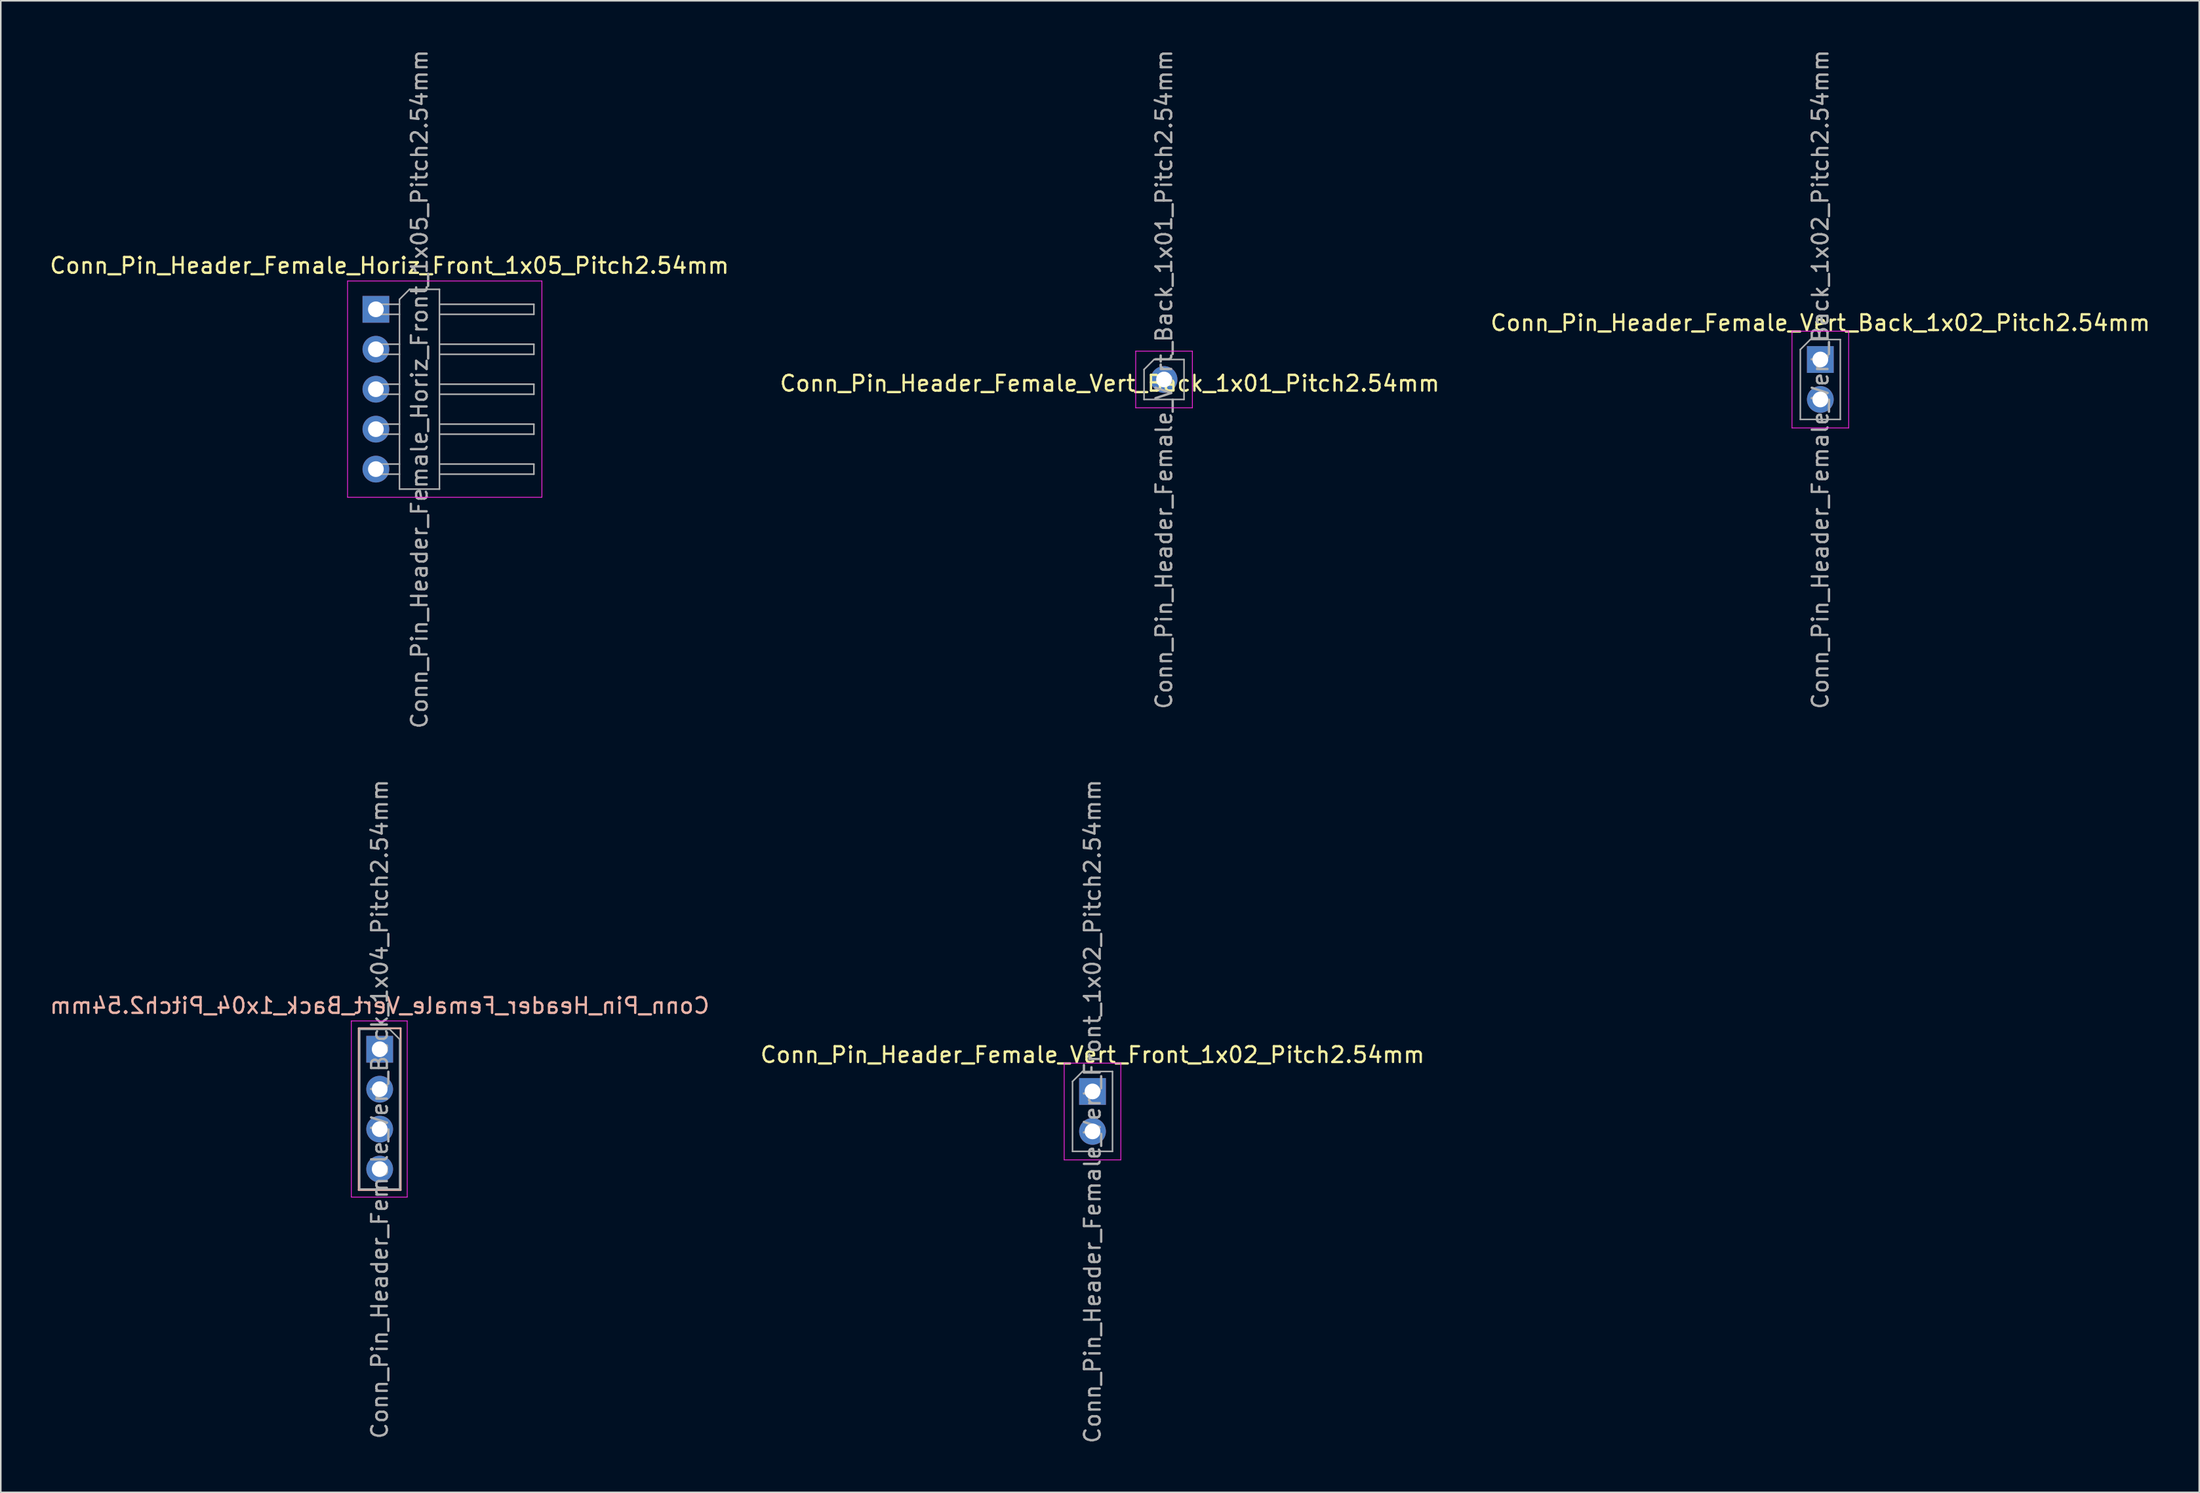
<source format=kicad_pcb>
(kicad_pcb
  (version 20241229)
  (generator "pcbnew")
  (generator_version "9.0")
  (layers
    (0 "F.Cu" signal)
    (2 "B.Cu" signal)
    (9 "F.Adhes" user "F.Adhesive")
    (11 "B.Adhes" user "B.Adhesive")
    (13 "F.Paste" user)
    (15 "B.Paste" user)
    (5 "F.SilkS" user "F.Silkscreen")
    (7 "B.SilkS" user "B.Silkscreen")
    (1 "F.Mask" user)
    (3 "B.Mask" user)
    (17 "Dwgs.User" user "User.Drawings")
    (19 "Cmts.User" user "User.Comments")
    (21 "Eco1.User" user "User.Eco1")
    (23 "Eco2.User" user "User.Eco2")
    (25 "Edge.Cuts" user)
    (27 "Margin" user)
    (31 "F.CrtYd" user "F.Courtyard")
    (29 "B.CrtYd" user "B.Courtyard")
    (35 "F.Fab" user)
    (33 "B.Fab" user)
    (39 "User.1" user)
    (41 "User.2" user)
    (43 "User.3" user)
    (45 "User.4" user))
  (footprint "Conn_Pin_Header_Female_Vert_Back_1x02_Pitch2.54mm"
    (layer "F.Cu")
    (at 112.625 19.807)
    (property "Reference" "Conn_Pin_Header_Female_Vert_Back_1x02_Pitch2.54mm" (at 0 -2.33 0) (layer "F.SilkS") (effects (font (size 1 1) (thickness 0.15))))
    (attr through_hole)
    (fp_line (start -1.8 -1.8) (end -1.8 4.35) (stroke (width 0.05) (type solid)) (layer "F.CrtYd"))
    (fp_line (start -1.8 4.35) (end 1.8 4.35) (stroke (width 0.05) (type solid)) (layer "F.CrtYd"))
    (fp_line (start 1.8 -1.8) (end -1.8 -1.8) (stroke (width 0.05) (type solid)) (layer "F.CrtYd"))
    (fp_line (start 1.8 4.35) (end 1.8 -1.8) (stroke (width 0.05) (type solid)) (layer "F.CrtYd"))
    (fp_line (start -1.27 -0.635) (end -0.635 -1.27) (stroke (width 0.1) (type solid)) (layer "F.Fab"))
    (fp_line (start -1.27 3.81) (end -1.27 -0.635) (stroke (width 0.1) (type solid)) (layer "F.Fab"))
    (fp_line (start -0.635 -1.27) (end 1.27 -1.27) (stroke (width 0.1) (type solid)) (layer "F.Fab"))
    (fp_line (start 1.27 -1.27) (end 1.27 3.81) (stroke (width 0.1) (type solid)) (layer "F.Fab"))
    (fp_line (start 1.27 3.81) (end -1.27 3.81) (stroke (width 0.1) (type solid)) (layer "F.Fab"))
    (fp_text user "${REFERENCE}" (at 0 1.27 90) (layer "F.Fab") (effects (font (size 1 1) (thickness 0.15))))
    (pad "1" thru_hole rect (at 0 0) (size 1.7 1.7) (drill 1) (layers "*.Cu" "*.Mask"))
    (pad "2" thru_hole oval (at 0 2.54) (size 1.7 1.7) (drill 1) (layers "*.Cu" "*.Mask")))
  (footprint "Conn_Pin_Header_Female_Vert_Front_1x02_Pitch2.54mm"
    (layer "F.Cu")
    (at 66.375 66.343)
    (property "Reference" "Conn_Pin_Header_Female_Vert_Front_1x02_Pitch2.54mm" (at 0 -2.33 0) (layer "F.SilkS") (effects (font (size 1 1) (thickness 0.15))))
    (attr through_hole)
    (fp_line (start -1.8 -1.8) (end -1.8 4.35) (stroke (width 0.05) (type solid)) (layer "F.CrtYd"))
    (fp_line (start -1.8 4.35) (end 1.8 4.35) (stroke (width 0.05) (type solid)) (layer "F.CrtYd"))
    (fp_line (start 1.8 -1.8) (end -1.8 -1.8) (stroke (width 0.05) (type solid)) (layer "F.CrtYd"))
    (fp_line (start 1.8 4.35) (end 1.8 -1.8) (stroke (width 0.05) (type solid)) (layer "F.CrtYd"))
    (fp_line (start -1.27 -0.635) (end -0.635 -1.27) (stroke (width 0.1) (type solid)) (layer "F.Fab"))
    (fp_line (start -1.27 3.81) (end -1.27 -0.635) (stroke (width 0.1) (type solid)) (layer "F.Fab"))
    (fp_line (start -0.635 -1.27) (end 1.27 -1.27) (stroke (width 0.1) (type solid)) (layer "F.Fab"))
    (fp_line (start 1.27 -1.27) (end 1.27 3.81) (stroke (width 0.1) (type solid)) (layer "F.Fab"))
    (fp_line (start 1.27 3.81) (end -1.27 3.81) (stroke (width 0.1) (type solid)) (layer "F.Fab"))
    (fp_text user "${REFERENCE}" (at 0 1.27 90) (layer "F.Fab") (effects (font (size 1 1) (thickness 0.15))))
    (pad "1" thru_hole rect (at 0 0) (size 1.7 1.7) (drill 1) (layers "*.Cu" "*.Mask"))
    (pad "2" thru_hole oval (at 0 2.54) (size 1.7 1.7) (drill 1) (layers "*.Cu" "*.Mask")))
  (footprint "Conn_Pin_Header_Female_Vert_Back_1x04_Pitch2.54mm"
    (layer "F.Cu")
    (at 21.077 63.66)
    (property "Reference" "Conn_Pin_Header_Female_Vert_Back_1x04_Pitch2.54mm" (at 0 -2.77 0) (layer "B.SilkS") (effects (font (size 1 1) (thickness 0.15)) (justify mirror)))
    (attr through_hole)
    (fp_line (start -1.33 -1.33) (end -1.33 8.95) (stroke (width 0.12) (type solid)) (layer "B.SilkS"))
    (fp_line (start -1.33 -1.33) (end 1.33 -1.33) (stroke (width 0.12) (type solid)) (layer "B.SilkS"))
    (fp_line (start -1.33 8.95) (end 1.33 8.95) (stroke (width 0.12) (type solid)) (layer "B.SilkS"))
    (fp_line (start 1.33 -1.33) (end 1.33 8.95) (stroke (width 0.12) (type solid)) (layer "B.SilkS"))
    (fp_line (start -1.8 -1.8) (end 1.75 -1.8) (stroke (width 0.05) (type solid)) (layer "F.CrtYd"))
    (fp_line (start -1.8 9.4) (end -1.8 -1.8) (stroke (width 0.05) (type solid)) (layer "F.CrtYd"))
    (fp_line (start 1.75 -1.8) (end 1.75 9.4) (stroke (width 0.05) (type solid)) (layer "F.CrtYd"))
    (fp_line (start 1.75 9.4) (end -1.8 9.4) (stroke (width 0.05) (type solid)) (layer "F.CrtYd"))
    (fp_line (start -1.27 -1.27) (end 0.635 -1.27) (stroke (width 0.1) (type solid)) (layer "F.Fab"))
    (fp_line (start -1.27 8.89) (end -1.27 -1.27) (stroke (width 0.1) (type solid)) (layer "F.Fab"))
    (fp_line (start 0.635 -1.27) (end 1.27 -0.635) (stroke (width 0.1) (type solid)) (layer "F.Fab"))
    (fp_line (start 1.27 -0.635) (end 1.27 8.89) (stroke (width 0.1) (type solid)) (layer "F.Fab"))
    (fp_line (start 1.27 8.89) (end -1.27 8.89) (stroke (width 0.1) (type solid)) (layer "F.Fab"))
    (fp_text user "${REFERENCE}" (at 0 3.81 90) (layer "F.Fab") (effects (font (size 1 1) (thickness 0.15))))
    (pad "1" thru_hole rect (at 0 0) (size 1.7 1.7) (drill 1) (layers "*.Cu" "*.Mask"))
    (pad "2" thru_hole oval (at 0 2.54) (size 1.7 1.7) (drill 1) (layers "*.Cu" "*.Mask"))
    (pad "3" thru_hole oval (at 0 5.08) (size 1.7 1.7) (drill 1) (layers "*.Cu" "*.Mask"))
    (pad "4" thru_hole oval (at 0 7.62) (size 1.7 1.7) (drill 1) (layers "*.Cu" "*.Mask")))
  (footprint "Conn_Pin_Header_Female_Horiz_Front_1x05_Pitch2.54mm"
    (layer "F.Cu")
    (at 20.836 16.616)
    (property "Reference" "Conn_Pin_Header_Female_Horiz_Front_1x05_Pitch2.54mm" (at 0.86 -2.78 0) (layer "F.SilkS") (effects (font (size 1 1) (thickness 0.15))))
    (attr through_hole)
    (fp_line (start -1.8 -1.8) (end -1.8 11.95) (stroke (width 0.05) (type solid)) (layer "F.CrtYd"))
    (fp_line (start -1.8 11.95) (end 10.55 11.95) (stroke (width 0.05) (type solid)) (layer "F.CrtYd"))
    (fp_line (start 10.55 -1.8) (end -1.8 -1.8) (stroke (width 0.05) (type solid)) (layer "F.CrtYd"))
    (fp_line (start 10.55 11.95) (end 10.55 -1.8) (stroke (width 0.05) (type solid)) (layer "F.CrtYd"))
    (fp_line (start -0.32 -0.32) (end -0.32 0.32) (stroke (width 0.1) (type solid)) (layer "F.Fab"))
    (fp_line (start -0.32 -0.32) (end 1.5 -0.32) (stroke (width 0.1) (type solid)) (layer "F.Fab"))
    (fp_line (start -0.32 0.32) (end 1.5 0.32) (stroke (width 0.1) (type solid)) (layer "F.Fab"))
    (fp_line (start -0.32 2.22) (end -0.32 2.86) (stroke (width 0.1) (type solid)) (layer "F.Fab"))
    (fp_line (start -0.32 2.22) (end 1.5 2.22) (stroke (width 0.1) (type solid)) (layer "F.Fab"))
    (fp_line (start -0.32 2.86) (end 1.5 2.86) (stroke (width 0.1) (type solid)) (layer "F.Fab"))
    (fp_line (start -0.32 4.76) (end -0.32 5.4) (stroke (width 0.1) (type solid)) (layer "F.Fab"))
    (fp_line (start -0.32 4.76) (end 1.5 4.76) (stroke (width 0.1) (type solid)) (layer "F.Fab"))
    (fp_line (start -0.32 5.4) (end 1.5 5.4) (stroke (width 0.1) (type solid)) (layer "F.Fab"))
    (fp_line (start -0.32 7.3) (end -0.32 7.94) (stroke (width 0.1) (type solid)) (layer "F.Fab"))
    (fp_line (start -0.32 7.3) (end 1.5 7.3) (stroke (width 0.1) (type solid)) (layer "F.Fab"))
    (fp_line (start -0.32 7.94) (end 1.5 7.94) (stroke (width 0.1) (type solid)) (layer "F.Fab"))
    (fp_line (start -0.32 9.84) (end -0.32 10.48) (stroke (width 0.1) (type solid)) (layer "F.Fab"))
    (fp_line (start -0.32 9.84) (end 1.5 9.84) (stroke (width 0.1) (type solid)) (layer "F.Fab"))
    (fp_line (start -0.32 10.48) (end 1.5 10.48) (stroke (width 0.1) (type solid)) (layer "F.Fab"))
    (fp_line (start 1.5 -0.635) (end 2.135 -1.27) (stroke (width 0.1) (type solid)) (layer "F.Fab"))
    (fp_line (start 1.5 11.43) (end 1.5 -0.635) (stroke (width 0.1) (type solid)) (layer "F.Fab"))
    (fp_line (start 2.135 -1.27) (end 4.04 -1.27) (stroke (width 0.1) (type solid)) (layer "F.Fab"))
    (fp_line (start 4.04 -1.27) (end 4.04 11.43) (stroke (width 0.1) (type solid)) (layer "F.Fab"))
    (fp_line (start 4.04 -0.32) (end 10.04 -0.32) (stroke (width 0.1) (type solid)) (layer "F.Fab"))
    (fp_line (start 4.04 0.32) (end 10.04 0.32) (stroke (width 0.1) (type solid)) (layer "F.Fab"))
    (fp_line (start 4.04 2.22) (end 10.04 2.22) (stroke (width 0.1) (type solid)) (layer "F.Fab"))
    (fp_line (start 4.04 2.86) (end 10.04 2.86) (stroke (width 0.1) (type solid)) (layer "F.Fab"))
    (fp_line (start 4.04 4.76) (end 10.04 4.76) (stroke (width 0.1) (type solid)) (layer "F.Fab"))
    (fp_line (start 4.04 5.4) (end 10.04 5.4) (stroke (width 0.1) (type solid)) (layer "F.Fab"))
    (fp_line (start 4.04 7.3) (end 10.04 7.3) (stroke (width 0.1) (type solid)) (layer "F.Fab"))
    (fp_line (start 4.04 7.94) (end 10.04 7.94) (stroke (width 0.1) (type solid)) (layer "F.Fab"))
    (fp_line (start 4.04 9.84) (end 10.04 9.84) (stroke (width 0.1) (type solid)) (layer "F.Fab"))
    (fp_line (start 4.04 10.48) (end 10.04 10.48) (stroke (width 0.1) (type solid)) (layer "F.Fab"))
    (fp_line (start 4.04 11.43) (end 1.5 11.43) (stroke (width 0.1) (type solid)) (layer "F.Fab"))
    (fp_line (start 10.04 -0.32) (end 10.04 0.32) (stroke (width 0.1) (type solid)) (layer "F.Fab"))
    (fp_line (start 10.04 2.22) (end 10.04 2.86) (stroke (width 0.1) (type solid)) (layer "F.Fab"))
    (fp_line (start 10.04 4.76) (end 10.04 5.4) (stroke (width 0.1) (type solid)) (layer "F.Fab"))
    (fp_line (start 10.04 7.3) (end 10.04 7.94) (stroke (width 0.1) (type solid)) (layer "F.Fab"))
    (fp_line (start 10.04 9.84) (end 10.04 10.48) (stroke (width 0.1) (type solid)) (layer "F.Fab"))
    (fp_text user "${REFERENCE}" (at 2.77 5.08 90) (layer "F.Fab") (effects (font (size 1 1) (thickness 0.15))))
    (pad "1" thru_hole rect (at 0 0) (size 1.7 1.7) (drill 1) (layers "*.Cu" "*.Mask"))
    (pad "2" thru_hole oval (at 0 2.54) (size 1.7 1.7) (drill 1) (layers "*.Cu" "*.Mask"))
    (pad "3" thru_hole oval (at 0 5.08) (size 1.7 1.7) (drill 1) (layers "*.Cu" "*.Mask"))
    (pad "4" thru_hole oval (at 0 7.62) (size 1.7 1.7) (drill 1) (layers "*.Cu" "*.Mask"))
    (pad "5" thru_hole oval (at 0 10.16) (size 1.7 1.7) (drill 1) (layers "*.Cu" "*.Mask")))
  (footprint "Conn_Pin_Header_Female_Vert_Back_1x01_Pitch2.54mm"
    (layer "F.Cu")
    (at 70.92 21.077)
    (property "Reference" "Conn_Pin_Header_Female_Vert_Back_1x01_Pitch2.54mm" (at -3.45 0.25 0) (layer "F.SilkS") (effects (font (size 1 1) (thickness 0.15))))
    (attr through_hole)
    (fp_line (start -1.8 -1.8) (end -1.8 1.8) (stroke (width 0.05) (type solid)) (layer "F.CrtYd"))
    (fp_line (start -1.8 1.8) (end 1.8 1.8) (stroke (width 0.05) (type solid)) (layer "F.CrtYd"))
    (fp_line (start 1.8 -1.8) (end -1.8 -1.8) (stroke (width 0.05) (type solid)) (layer "F.CrtYd"))
    (fp_line (start 1.8 1.8) (end 1.8 -1.8) (stroke (width 0.05) (type solid)) (layer "F.CrtYd"))
    (fp_line (start -1.27 -0.635) (end -0.635 -1.27) (stroke (width 0.1) (type solid)) (layer "F.Fab"))
    (fp_line (start -1.27 1.27) (end -1.27 -0.635) (stroke (width 0.1) (type solid)) (layer "F.Fab"))
    (fp_line (start -0.635 -1.27) (end 1.27 -1.27) (stroke (width 0.1) (type solid)) (layer "F.Fab"))
    (fp_line (start 1.27 -1.27) (end 1.27 1.27) (stroke (width 0.1) (type solid)) (layer "F.Fab"))
    (fp_line (start 1.27 1.27) (end -1.27 1.27) (stroke (width 0.1) (type solid)) (layer "F.Fab"))
    (fp_text user "${REFERENCE}" (at 0 0 90) (layer "F.Fab") (effects (font (size 1 1) (thickness 0.15))))
    (pad "1" thru_hole circle (at 0 0) (size 1.7 1.7) (drill 1) (layers "*.Cu" "*.Mask")))
  (gr_rect
    (start -3 -3)
    (end 136.702 91.833)
    (stroke (width 0.1) (type default))
    (fill no)
    (layer "Edge.Cuts")))
</source>
